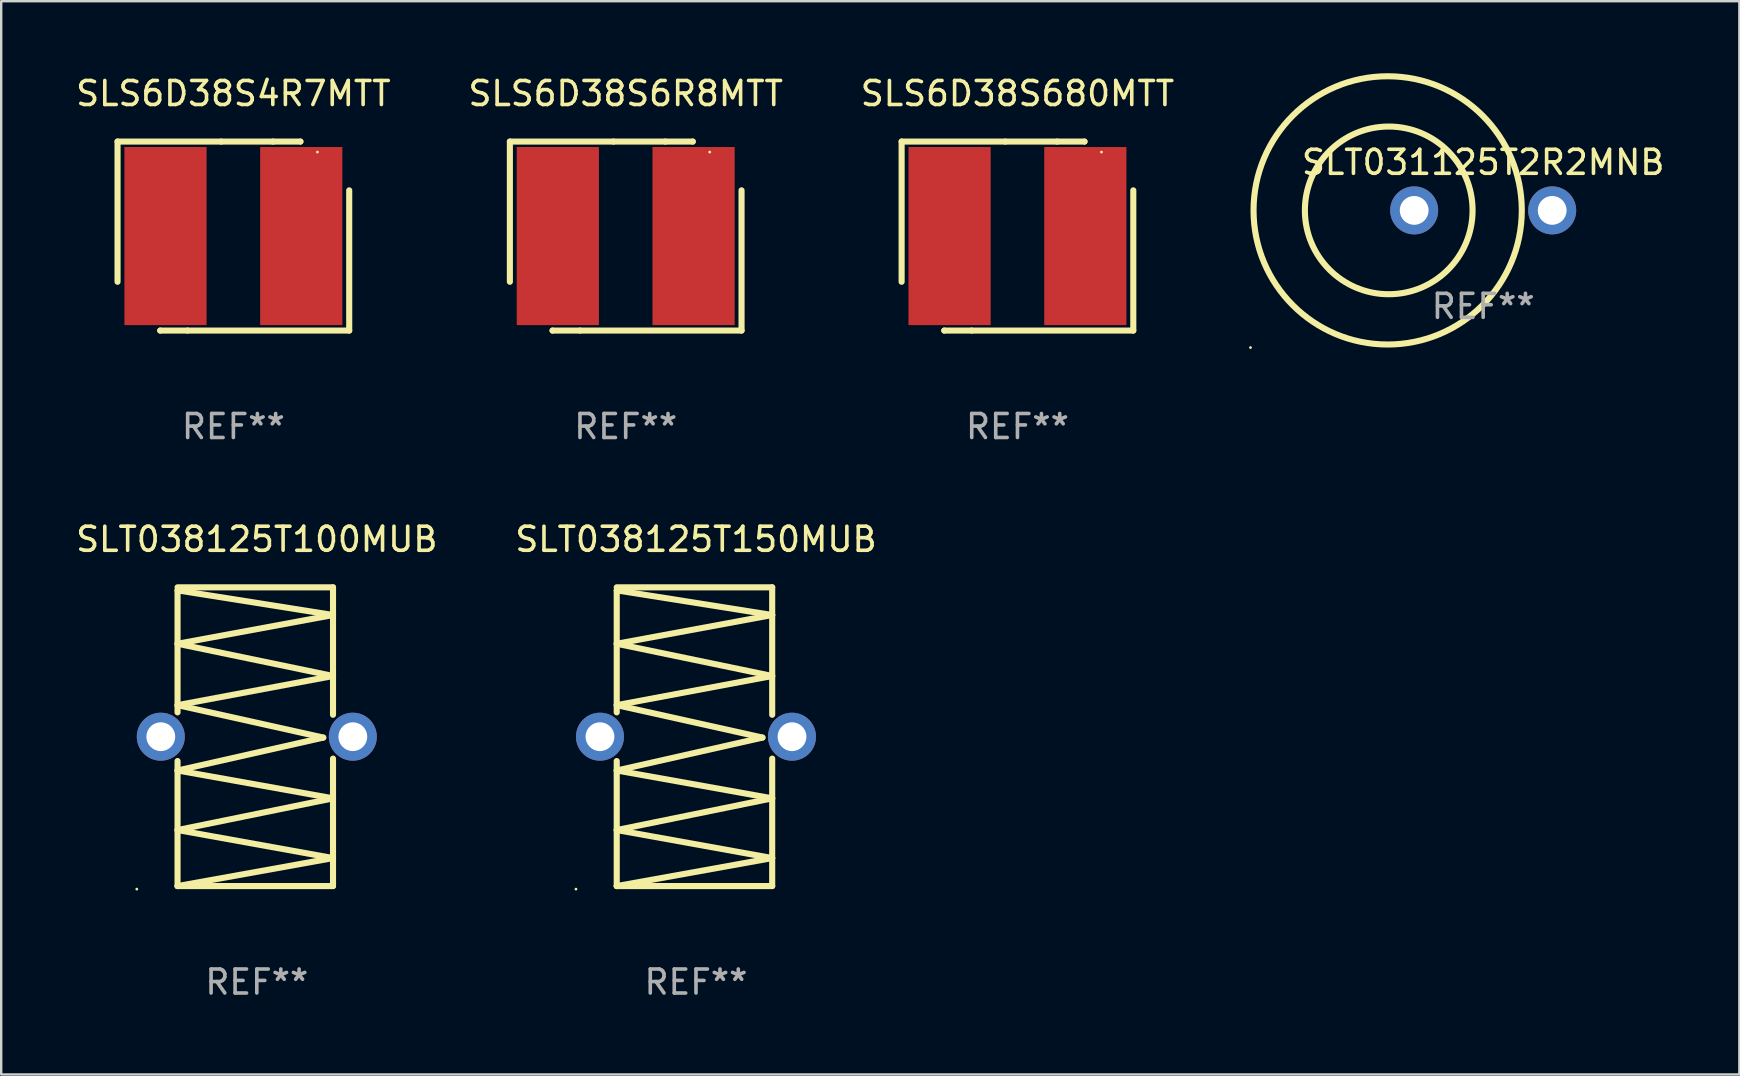
<source format=kicad_pcb>
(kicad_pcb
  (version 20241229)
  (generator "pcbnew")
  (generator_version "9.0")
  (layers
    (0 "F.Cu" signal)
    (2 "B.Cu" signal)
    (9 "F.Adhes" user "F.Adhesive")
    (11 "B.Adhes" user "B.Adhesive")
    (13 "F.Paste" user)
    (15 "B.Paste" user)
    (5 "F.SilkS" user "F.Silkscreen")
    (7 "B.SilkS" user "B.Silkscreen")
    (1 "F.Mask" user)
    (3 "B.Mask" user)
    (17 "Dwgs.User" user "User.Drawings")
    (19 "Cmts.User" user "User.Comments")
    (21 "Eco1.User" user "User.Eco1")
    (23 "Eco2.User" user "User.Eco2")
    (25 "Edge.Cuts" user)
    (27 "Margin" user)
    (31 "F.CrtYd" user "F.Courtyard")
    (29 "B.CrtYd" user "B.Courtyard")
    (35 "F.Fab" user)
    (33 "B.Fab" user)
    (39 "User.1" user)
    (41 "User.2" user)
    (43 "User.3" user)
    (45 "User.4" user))
  (footprint "SLS6D38S680MTT"
    (layer "F.Cu")
    (at 39.339 6.785)
    (property "Reference" "SLS6D38S680MTT" (at 0 -5.937 0) (layer "F.SilkS") (effects (font (size 1 1) (thickness 0.15))))
    (attr through_hole)
    (fp_line (start -4.826 -3.937) (end -0.508 -3.937) (stroke (width 0.254) (type solid)) (layer "F.SilkS"))
    (fp_line (start -4.826 1.905) (end -4.826 -3.937) (stroke (width 0.254) (type solid)) (layer "F.SilkS"))
    (fp_line (start -3.048 3.937) (end -3.048 3.937) (stroke (width 0.254) (type solid)) (layer "F.SilkS"))
    (fp_line (start -1.905 3.937) (end -3.048 3.937) (stroke (width 0.254) (type solid)) (layer "F.SilkS"))
    (fp_line (start -0.508 -3.937) (end 1.651 -3.937) (stroke (width 0.254) (type solid)) (layer "F.SilkS"))
    (fp_line (start 1.651 -3.937) (end 2.794 -3.937) (stroke (width 0.254) (type solid)) (layer "F.SilkS"))
    (fp_line (start 2.794 -3.937) (end 2.794 -3.937) (stroke (width 0.254) (type solid)) (layer "F.SilkS"))
    (fp_line (start 4.826 -1.905) (end 4.826 3.937) (stroke (width 0.254) (type solid)) (layer "F.SilkS"))
    (fp_line (start 4.826 3.937) (end -1.905 3.937) (stroke (width 0.254) (type solid)) (layer "F.SilkS"))
    (fp_circle (center 3.5 -3.5) (end 3.53 -3.5) (stroke (width 0.06) (type solid)) (fill no) (layer "F.SilkS"))
    (fp_text user "REF**" (at 0 7.937 0) (layer "F.Fab") (effects (font (size 1 1) (thickness 0.15))))
    (pad "1" smd rect (at 2.828 0) (size 3.424 7.42) (layers "F.Cu" "F.Mask" "F.Paste"))
    (pad "2" smd rect (at -2.828 0) (size 3.424 7.42) (layers "F.Cu" "F.Mask" "F.Paste")))
  (footprint "SLT038125T150MUB"
    (layer "F.Cu")
    (at 25.946 27.642)
    (property "Reference" "SLT038125T150MUB" (at 0 -8.223 0) (layer "F.SilkS") (effects (font (size 1 1) (thickness 0.15))))
    (attr through_hole)
    (fp_line (start -3.302 -6.096) (end -3.302 -1.014) (stroke (width 0.254) (type solid)) (layer "F.SilkS"))
    (fp_line (start -3.302 -6.096) (end 3.175 -5.069) (stroke (width 0.254) (type solid)) (layer "F.SilkS"))
    (fp_line (start -3.302 -3.872) (end 3.175 -2.529) (stroke (width 0.254) (type solid)) (layer "F.SilkS"))
    (fp_line (start -3.302 -1.314) (end 2.769 0.037) (stroke (width 0.254) (type solid)) (layer "F.SilkS"))
    (fp_line (start -3.302 1.014) (end -3.302 6.223) (stroke (width 0.254) (type solid)) (layer "F.SilkS"))
    (fp_line (start -3.302 1.408) (end 3.175 2.568) (stroke (width 0.254) (type solid)) (layer "F.SilkS"))
    (fp_line (start -3.302 3.889) (end 3.175 5.057) (stroke (width 0.254) (type solid)) (layer "F.SilkS"))
    (fp_line (start -3.302 6.223) (end 3.175 6.223) (stroke (width 0.254) (type solid)) (layer "F.SilkS"))
    (fp_line (start 2.769 0.037) (end -3.302 1.408) (stroke (width 0.254) (type solid)) (layer "F.SilkS"))
    (fp_line (start 3.175 -6.223) (end -3.302 -6.223) (stroke (width 0.254) (type solid)) (layer "F.SilkS"))
    (fp_line (start 3.175 -5.069) (end -3.302 -3.872) (stroke (width 0.254) (type solid)) (layer "F.SilkS"))
    (fp_line (start 3.175 -2.529) (end -3.302 -1.314) (stroke (width 0.254) (type solid)) (layer "F.SilkS"))
    (fp_line (start 3.175 -0.913) (end 3.175 -6.223) (stroke (width 0.254) (type solid)) (layer "F.SilkS"))
    (fp_line (start 3.175 2.568) (end -3.302 3.889) (stroke (width 0.254) (type solid)) (layer "F.SilkS"))
    (fp_line (start 3.175 5.057) (end -3.302 6.223) (stroke (width 0.254) (type solid)) (layer "F.SilkS"))
    (fp_line (start 3.175 6.223) (end 3.175 0.913) (stroke (width 0.254) (type solid)) (layer "F.SilkS"))
    (fp_circle (center -5 6.35) (end -4.97 6.35) (stroke (width 0.06) (type solid)) (fill no) (layer "F.SilkS"))
    (fp_text user "REF**" (at 0 10.223 0) (layer "F.Fab") (effects (font (size 1 1) (thickness 0.15))))
    (pad "1" thru_hole circle (at -4 0) (size 2 2) (drill 1.2) (layers "*.Cu" "*.Mask"))
    (pad "2" thru_hole circle (at 4 0) (size 2 2) (drill 1.2) (layers "*.Cu" "*.Mask")))
  (footprint "SLS6D38S4R7MTT"
    (layer "F.Cu")
    (at 6.673 6.785)
    (property "Reference" "SLS6D38S4R7MTT" (at 0 -5.937 0) (layer "F.SilkS") (effects (font (size 1 1) (thickness 0.15))))
    (attr through_hole)
    (fp_line (start -4.826 -3.937) (end -0.508 -3.937) (stroke (width 0.254) (type solid)) (layer "F.SilkS"))
    (fp_line (start -4.826 1.905) (end -4.826 -3.937) (stroke (width 0.254) (type solid)) (layer "F.SilkS"))
    (fp_line (start -3.048 3.937) (end -3.048 3.937) (stroke (width 0.254) (type solid)) (layer "F.SilkS"))
    (fp_line (start -1.905 3.937) (end -3.048 3.937) (stroke (width 0.254) (type solid)) (layer "F.SilkS"))
    (fp_line (start -0.508 -3.937) (end 1.651 -3.937) (stroke (width 0.254) (type solid)) (layer "F.SilkS"))
    (fp_line (start 1.651 -3.937) (end 2.794 -3.937) (stroke (width 0.254) (type solid)) (layer "F.SilkS"))
    (fp_line (start 2.794 -3.937) (end 2.794 -3.937) (stroke (width 0.254) (type solid)) (layer "F.SilkS"))
    (fp_line (start 4.826 -1.905) (end 4.826 3.937) (stroke (width 0.254) (type solid)) (layer "F.SilkS"))
    (fp_line (start 4.826 3.937) (end -1.905 3.937) (stroke (width 0.254) (type solid)) (layer "F.SilkS"))
    (fp_circle (center 3.5 -3.5) (end 3.53 -3.5) (stroke (width 0.06) (type solid)) (fill no) (layer "F.SilkS"))
    (fp_text user "REF**" (at 0 7.937 0) (layer "F.Fab") (effects (font (size 1 1) (thickness 0.15))))
    (pad "1" smd rect (at 2.828 0) (size 3.424 7.42) (layers "F.Cu" "F.Mask" "F.Paste"))
    (pad "2" smd rect (at -2.828 0) (size 3.424 7.42) (layers "F.Cu" "F.Mask" "F.Paste")))
  (footprint "SLT031125T2R2MNB"
    (layer "F.Cu")
    (at 58.742 5.715)
    (property "Reference" "SLT031125T2R2MNB" (at 0 -2 0) (layer "F.SilkS") (effects (font (size 1 1) (thickness 0.15))))
    (attr through_hole)
    (fp_circle (center -9.694 5.715) (end -9.664 5.715) (stroke (width 0.06) (type solid)) (fill no) (layer "F.SilkS"))
    (fp_circle (center -3.979 0) (end 1.609 0) (stroke (width 0.254) (type solid)) (fill no) (layer "F.SilkS"))
    (fp_circle (center -3.935 0) (end -0.442 0) (stroke (width 0.254) (type solid)) (fill no) (layer "F.SilkS"))
    (fp_text user "REF**" (at 0 4 0) (layer "F.Fab") (effects (font (size 1 1) (thickness 0.15))))
    (pad "1" thru_hole circle (at -2.875 0) (size 2 2) (drill 1.2) (layers "*.Cu" "*.Mask"))
    (pad "2" thru_hole circle (at 2.875 0) (size 2 2) (drill 1.2) (layers "*.Cu" "*.Mask")))
  (footprint "SLS6D38S6R8MTT"
    (layer "F.Cu")
    (at 23.018 6.785)
    (property "Reference" "SLS6D38S6R8MTT" (at 0 -5.937 0) (layer "F.SilkS") (effects (font (size 1 1) (thickness 0.15))))
    (attr through_hole)
    (fp_line (start -4.826 -3.937) (end -0.508 -3.937) (stroke (width 0.254) (type solid)) (layer "F.SilkS"))
    (fp_line (start -4.826 1.905) (end -4.826 -3.937) (stroke (width 0.254) (type solid)) (layer "F.SilkS"))
    (fp_line (start -3.048 3.937) (end -3.048 3.937) (stroke (width 0.254) (type solid)) (layer "F.SilkS"))
    (fp_line (start -1.905 3.937) (end -3.048 3.937) (stroke (width 0.254) (type solid)) (layer "F.SilkS"))
    (fp_line (start -0.508 -3.937) (end 1.651 -3.937) (stroke (width 0.254) (type solid)) (layer "F.SilkS"))
    (fp_line (start 1.651 -3.937) (end 2.794 -3.937) (stroke (width 0.254) (type solid)) (layer "F.SilkS"))
    (fp_line (start 2.794 -3.937) (end 2.794 -3.937) (stroke (width 0.254) (type solid)) (layer "F.SilkS"))
    (fp_line (start 4.826 -1.905) (end 4.826 3.937) (stroke (width 0.254) (type solid)) (layer "F.SilkS"))
    (fp_line (start 4.826 3.937) (end -1.905 3.937) (stroke (width 0.254) (type solid)) (layer "F.SilkS"))
    (fp_circle (center 3.5 -3.5) (end 3.53 -3.5) (stroke (width 0.06) (type solid)) (fill no) (layer "F.SilkS"))
    (fp_text user "REF**" (at 0 7.937 0) (layer "F.Fab") (effects (font (size 1 1) (thickness 0.15))))
    (pad "1" smd rect (at 2.828 0) (size 3.424 7.42) (layers "F.Cu" "F.Mask" "F.Paste"))
    (pad "2" smd rect (at -2.828 0) (size 3.424 7.42) (layers "F.Cu" "F.Mask" "F.Paste")))
  (footprint "SLT038125T100MUB"
    (layer "F.Cu")
    (at 7.649 27.642)
    (property "Reference" "SLT038125T100MUB" (at 0 -8.223 0) (layer "F.SilkS") (effects (font (size 1 1) (thickness 0.15))))
    (attr through_hole)
    (fp_line (start -3.302 -6.096) (end -3.302 -1.014) (stroke (width 0.254) (type solid)) (layer "F.SilkS"))
    (fp_line (start -3.302 -6.096) (end 3.175 -5.069) (stroke (width 0.254) (type solid)) (layer "F.SilkS"))
    (fp_line (start -3.302 -3.872) (end 3.175 -2.529) (stroke (width 0.254) (type solid)) (layer "F.SilkS"))
    (fp_line (start -3.302 -1.314) (end 2.769 0.037) (stroke (width 0.254) (type solid)) (layer "F.SilkS"))
    (fp_line (start -3.302 1.014) (end -3.302 6.223) (stroke (width 0.254) (type solid)) (layer "F.SilkS"))
    (fp_line (start -3.302 1.408) (end 3.175 2.568) (stroke (width 0.254) (type solid)) (layer "F.SilkS"))
    (fp_line (start -3.302 3.889) (end 3.175 5.057) (stroke (width 0.254) (type solid)) (layer "F.SilkS"))
    (fp_line (start -3.302 6.223) (end 3.175 6.223) (stroke (width 0.254) (type solid)) (layer "F.SilkS"))
    (fp_line (start 2.769 0.037) (end -3.302 1.408) (stroke (width 0.254) (type solid)) (layer "F.SilkS"))
    (fp_line (start 3.175 -6.223) (end -3.302 -6.223) (stroke (width 0.254) (type solid)) (layer "F.SilkS"))
    (fp_line (start 3.175 -5.069) (end -3.302 -3.872) (stroke (width 0.254) (type solid)) (layer "F.SilkS"))
    (fp_line (start 3.175 -2.529) (end -3.302 -1.314) (stroke (width 0.254) (type solid)) (layer "F.SilkS"))
    (fp_line (start 3.175 -0.913) (end 3.175 -6.223) (stroke (width 0.254) (type solid)) (layer "F.SilkS"))
    (fp_line (start 3.175 2.568) (end -3.302 3.889) (stroke (width 0.254) (type solid)) (layer "F.SilkS"))
    (fp_line (start 3.175 5.057) (end -3.302 6.223) (stroke (width 0.254) (type solid)) (layer "F.SilkS"))
    (fp_line (start 3.175 6.223) (end 3.175 0.913) (stroke (width 0.254) (type solid)) (layer "F.SilkS"))
    (fp_circle (center -5 6.35) (end -4.97 6.35) (stroke (width 0.06) (type solid)) (fill no) (layer "F.SilkS"))
    (fp_text user "REF**" (at 0 10.223 0) (layer "F.Fab") (effects (font (size 1 1) (thickness 0.15))))
    (pad "1" thru_hole circle (at -4 0) (size 2 2) (drill 1.2) (layers "*.Cu" "*.Mask"))
    (pad "2" thru_hole circle (at 4 0) (size 2 2) (drill 1.2) (layers "*.Cu" "*.Mask")))
  (gr_rect
    (start -3 -3)
    (end 69.415 41.713)
    (stroke (width 0.1) (type default))
    (fill no)
    (layer "Edge.Cuts")))
</source>
